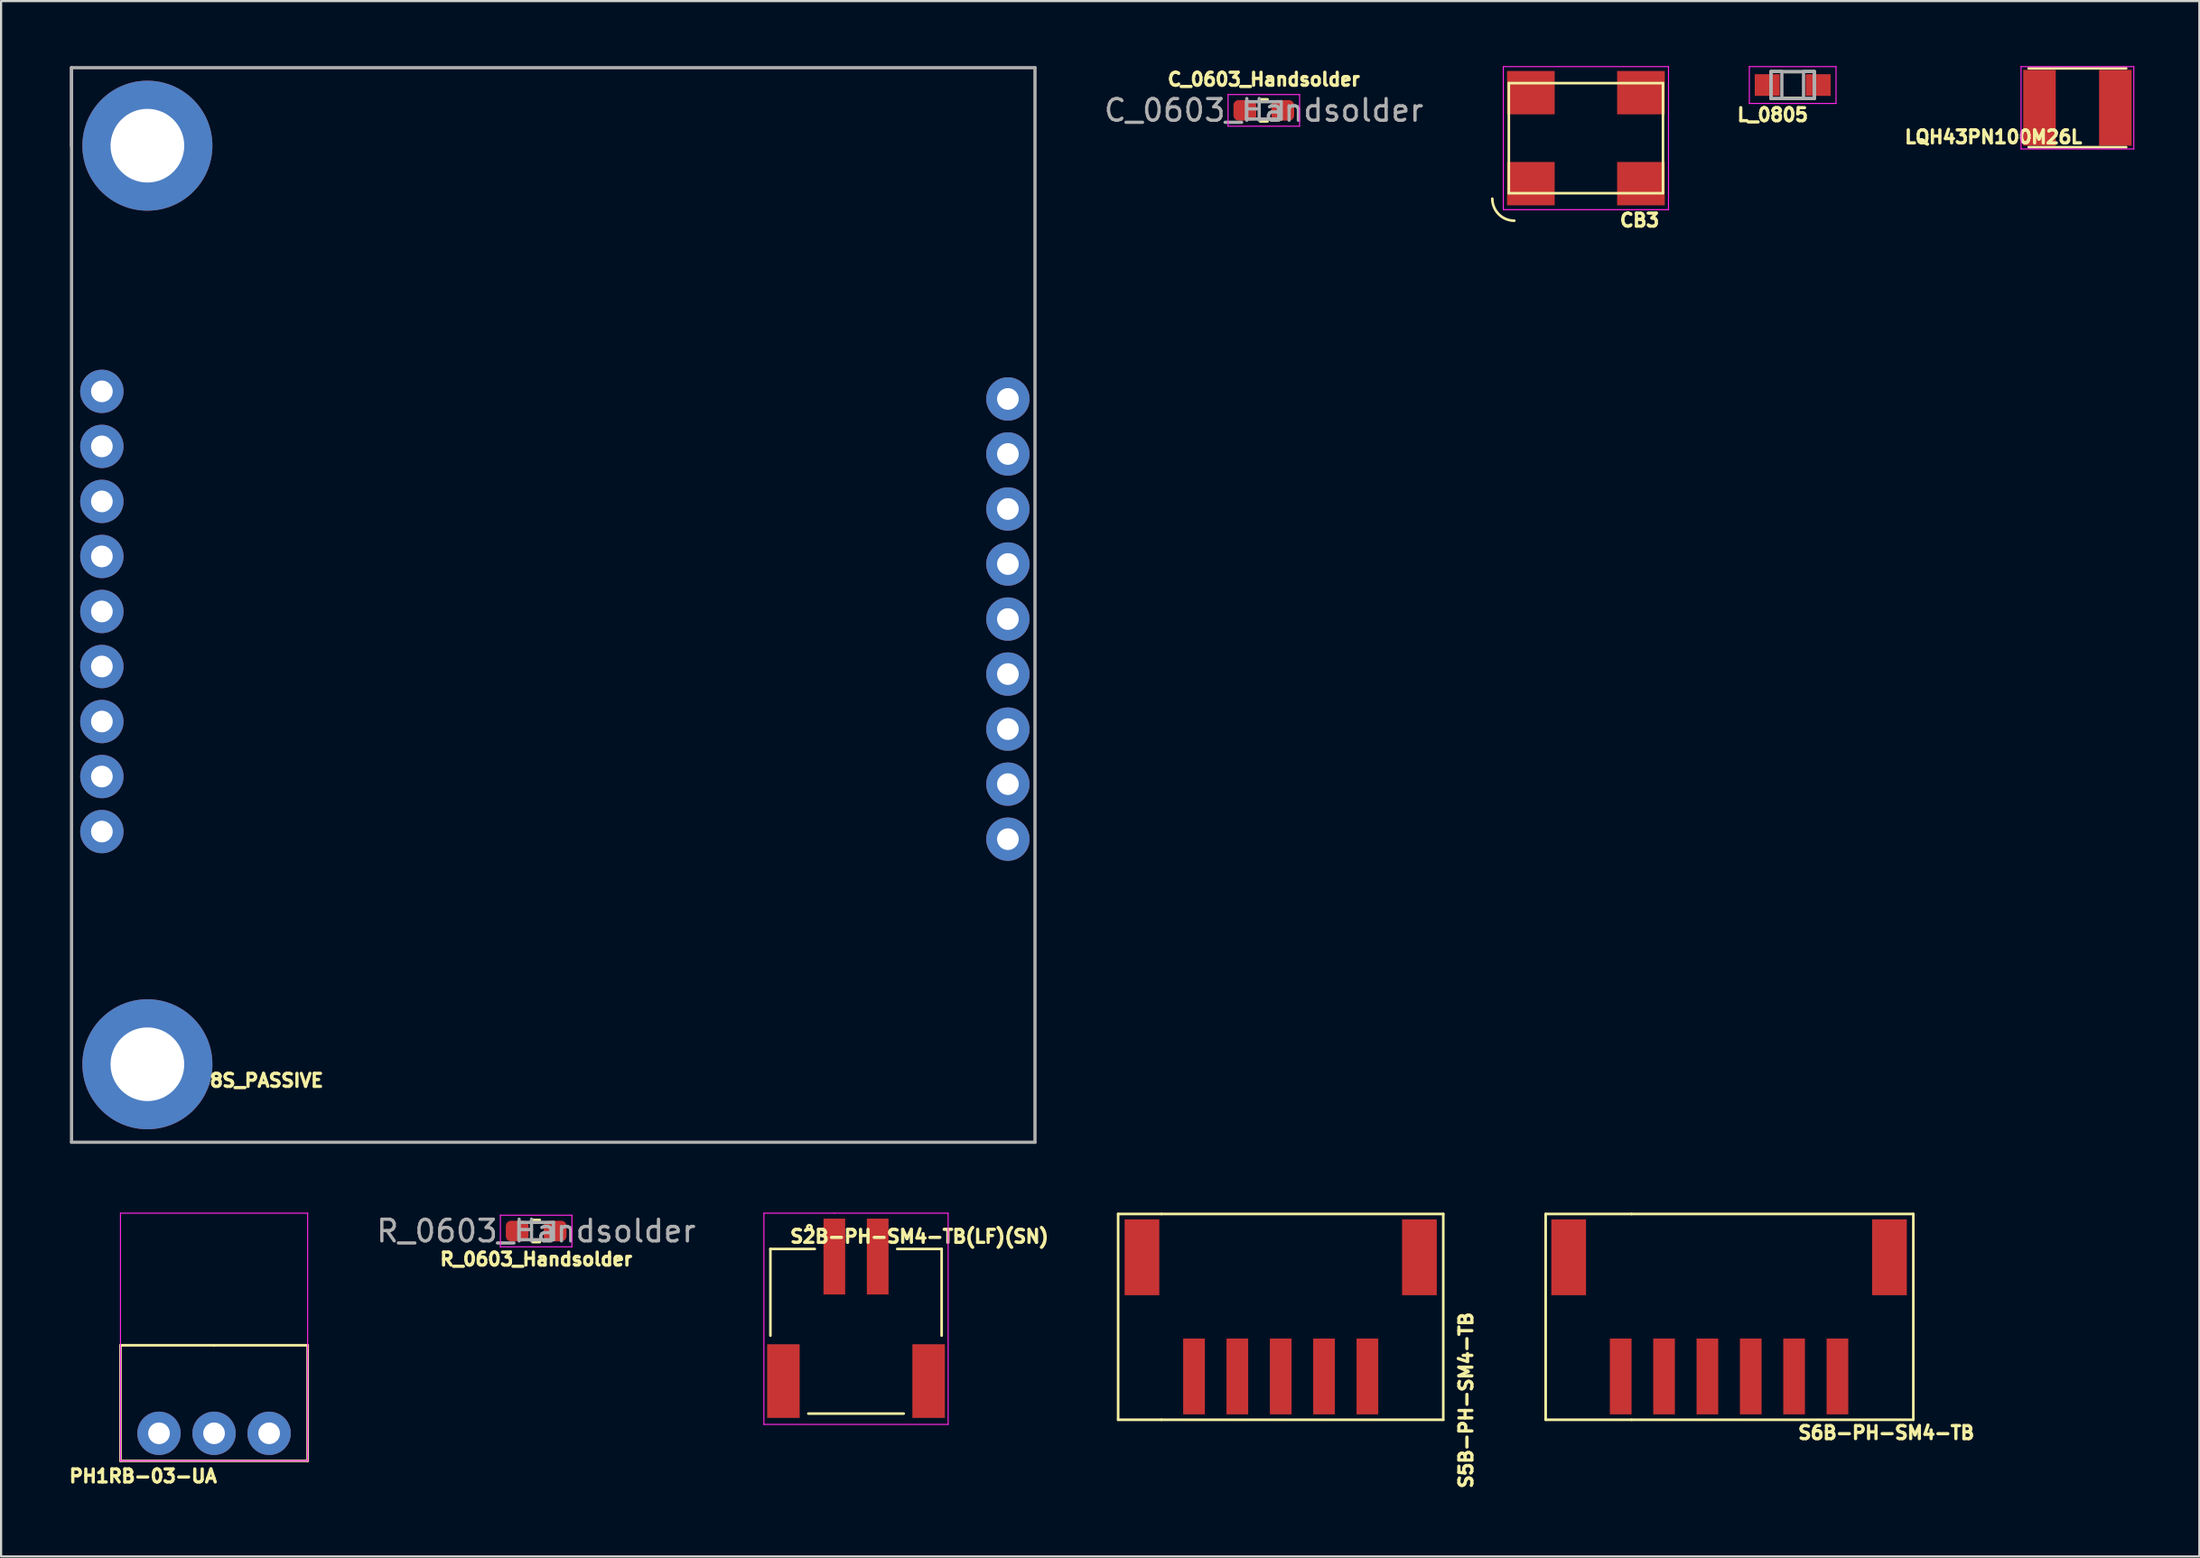
<source format=kicad_pcb>
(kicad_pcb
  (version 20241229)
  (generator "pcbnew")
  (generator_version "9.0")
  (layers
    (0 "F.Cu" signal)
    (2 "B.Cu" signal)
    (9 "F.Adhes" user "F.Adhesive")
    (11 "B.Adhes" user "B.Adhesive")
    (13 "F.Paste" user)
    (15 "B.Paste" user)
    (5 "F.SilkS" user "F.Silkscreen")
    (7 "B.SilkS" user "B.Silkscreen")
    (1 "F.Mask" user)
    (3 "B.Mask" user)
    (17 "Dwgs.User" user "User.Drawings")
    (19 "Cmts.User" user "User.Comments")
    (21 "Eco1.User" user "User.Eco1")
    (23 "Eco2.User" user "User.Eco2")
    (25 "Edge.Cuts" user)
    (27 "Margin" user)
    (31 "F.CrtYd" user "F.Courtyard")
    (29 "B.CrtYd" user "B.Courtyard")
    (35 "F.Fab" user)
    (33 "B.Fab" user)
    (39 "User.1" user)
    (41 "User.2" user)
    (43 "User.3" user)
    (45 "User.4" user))
  (footprint "LQH43PN100M26L"
    (layer "F.Cu")
    (at 92.793 1.925)
    (property "Reference" "LQH43PN100M26L" (at -3.875 1.35 0) (layer "F.SilkS") (effects (font (size 0.6 0.6) (thickness 0.15))))
    (attr through_hole)
    (fp_line (start -2.25 -1.82) (end 2.25 -1.82) (stroke (width 0.12) (type solid)) (layer "F.SilkS"))
    (fp_line (start -2.25 1.82) (end 2.25 1.82) (stroke (width 0.12) (type solid)) (layer "F.SilkS"))
    (fp_line (start -2.6 -1.9) (end -2.6 1.9) (stroke (width 0.05) (type solid)) (layer "F.CrtYd"))
    (fp_line (start -2.6 1.9) (end 2.6 1.9) (stroke (width 0.05) (type solid)) (layer "F.CrtYd"))
    (fp_line (start 2.6 -1.9) (end -2.6 -1.9) (stroke (width 0.05) (type solid)) (layer "F.CrtYd"))
    (fp_line (start 2.6 1.9) (end 2.6 -1.9) (stroke (width 0.05) (type solid)) (layer "F.CrtYd"))
    (pad "1" smd rect (at -1.75 0) (size 1.5 3.5) (layers "F.Cu" "F.Mask" "F.Paste"))
    (pad "2" smd rect (at 1.75 0) (size 1.5 3.5) (layers "F.Cu" "F.Mask" "F.Paste")))
  (footprint "8S_PASSIVE"
    (layer "F.Cu")
    (at 0.25 49.675)
    (property "Reference" "8S_PASSIVE" (at 9 -2.85 0) (layer "F.SilkS") (effects (font (size 0.6 0.6) (thickness 0.15))))
    (attr through_hole)
    (fp_line (start 0 -49.6) (end 0 -46) (stroke (width 0.15) (type solid)) (layer "F.Fab"))
    (fp_line (start 0 -49.6) (end 0 0) (stroke (width 0.15) (type solid)) (layer "F.Fab"))
    (fp_line (start 0 0) (end 44.45 0) (stroke (width 0.15) (type solid)) (layer "F.Fab"))
    (fp_line (start 44.45 -49.6) (end 0 -49.6) (stroke (width 0.15) (type solid)) (layer "F.Fab"))
    (fp_line (start 44.45 0) (end 44.45 -49.6) (stroke (width 0.15) (type solid)) (layer "F.Fab"))
    (pad "" thru_hole circle (at 3.5 -46) (size 6 6) (drill 3.4) (layers "*.Cu" "*.Mask"))
    (pad "" thru_hole circle (at 3.5 -3.6) (size 6 6) (drill 3.4) (layers "*.Cu" "*.Mask"))
    (pad "1" thru_hole circle (at 1.4 -34.66) (size 2 2) (drill 1) (layers "*.Cu" "*.Mask"))
    (pad "2" thru_hole circle (at 1.4 -32.12) (size 2 2) (drill 1) (layers "*.Cu" "*.Mask"))
    (pad "3" thru_hole circle (at 1.4 -29.58) (size 2 2) (drill 1) (layers "*.Cu" "*.Mask"))
    (pad "4" thru_hole circle (at 1.4 -27.04) (size 2 2) (drill 1) (layers "*.Cu" "*.Mask"))
    (pad "5" thru_hole circle (at 1.4 -24.5) (size 2 2) (drill 1) (layers "*.Cu" "*.Mask"))
    (pad "6" thru_hole circle (at 1.4 -21.96) (size 2 2) (drill 1) (layers "*.Cu" "*.Mask"))
    (pad "7" thru_hole circle (at 1.4 -19.42) (size 2 2) (drill 1) (layers "*.Cu" "*.Mask"))
    (pad "8" thru_hole circle (at 1.4 -16.88) (size 2 2) (drill 1) (layers "*.Cu" "*.Mask"))
    (pad "9" thru_hole circle (at 1.4 -14.34) (size 2 2) (drill 1) (layers "*.Cu" "*.Mask"))
    (pad "10" thru_hole circle (at 43.2 -34.31) (size 2 2) (drill 1) (layers "*.Cu" "*.Mask"))
    (pad "11" thru_hole circle (at 43.2 -31.77) (size 2 2) (drill 1) (layers "*.Cu" "*.Mask"))
    (pad "12" thru_hole circle (at 43.2 -29.23) (size 2 2) (drill 1) (layers "*.Cu" "*.Mask"))
    (pad "13" thru_hole circle (at 43.2 -26.69) (size 2 2) (drill 1) (layers "*.Cu" "*.Mask"))
    (pad "14" thru_hole circle (at 43.2 -24.15) (size 2 2) (drill 1) (layers "*.Cu" "*.Mask"))
    (pad "15" thru_hole circle (at 43.2 -21.61) (size 2 2) (drill 1) (layers "*.Cu" "*.Mask"))
    (pad "16" thru_hole circle (at 43.2 -19.07) (size 2 2) (drill 1) (layers "*.Cu" "*.Mask"))
    (pad "17" thru_hole circle (at 43.2 -16.53) (size 2 2) (drill 1) (layers "*.Cu" "*.Mask"))
    (pad "18" thru_hole circle (at 43.2 -13.99) (size 2 2) (drill 1) (layers "*.Cu" "*.Mask")))
  (footprint "CB3"
    (layer "F.Cu")
    (at 70.117 3.327)
    (property "Reference" "CB3" (at 2.475 3.79 180) (layer "F.SilkS") (effects (font (size 0.6 0.6) (thickness 0.15))))
    (attr through_hole)
    (fp_line (start -3.556 -2.54) (end -3.556 2.54) (stroke (width 0.12) (type solid)) (layer "F.SilkS"))
    (fp_line (start -3.556 2.54) (end 3.556 2.54) (stroke (width 0.12) (type solid)) (layer "F.SilkS"))
    (fp_line (start 3.556 -2.54) (end -3.556 -2.54) (stroke (width 0.12) (type solid)) (layer "F.SilkS"))
    (fp_line (start 3.556 2.54) (end 3.556 -2.54) (stroke (width 0.12) (type solid)) (layer "F.SilkS"))
    (fp_arc (start -3.302 3.81) (mid -4.02042 3.51242) (end -4.318 2.794) (stroke (width 0.12) (type solid)) (layer "F.SilkS"))
    (fp_line (start -3.81 -3.302) (end -3.81 3.302) (stroke (width 0.05) (type solid)) (layer "F.CrtYd"))
    (fp_line (start -3.81 3.302) (end 3.81 3.302) (stroke (width 0.05) (type solid)) (layer "F.CrtYd"))
    (fp_line (start 3.81 -3.302) (end -3.81 -3.302) (stroke (width 0.05) (type solid)) (layer "F.CrtYd"))
    (fp_line (start 3.81 3.302) (end 3.81 -3.302) (stroke (width 0.05) (type solid)) (layer "F.CrtYd"))
    (pad "1" smd rect (at -2.54 2.1 270) (size 2 2.2) (layers "F.Cu" "F.Mask" "F.Paste"))
    (pad "2" smd rect (at 2.54 2.1 270) (size 2 2.2) (layers "F.Cu" "F.Mask" "F.Paste"))
    (pad "3" smd rect (at 2.54 -2.1 270) (size 2 2.2) (layers "F.Cu" "F.Mask" "F.Paste"))
    (pad "4" smd rect (at -2.54 -2.1 270) (size 2 2.2) (layers "F.Cu" "F.Mask" "F.Paste")))
  (footprint "S6B-PH-SM4-TB"
    (layer "F.Cu")
    (at 81.722 60.485)
    (property "Reference" "S6B-PH-SM4-TB" (at 2.25 2.6 180) (layer "F.SilkS") (effects (font (size 0.6 0.6) (thickness 0.15))))
    (attr through_hole)
    (fp_line (start -13.462 -7.5) (end -13.462 2) (stroke (width 0.12) (type solid)) (layer "F.SilkS"))
    (fp_line (start -13.462 -7.5) (end 3.5 -7.5) (stroke (width 0.12) (type solid)) (layer "F.SilkS"))
    (fp_line (start -13.462 2) (end -9.5 2) (stroke (width 0.12) (type solid)) (layer "F.SilkS"))
    (fp_line (start -9.5 -7.5) (end -9.5 -7.5) (stroke (width 0.12) (type solid)) (layer "F.SilkS"))
    (fp_line (start 3.5 -7.5) (end 3.5 2) (stroke (width 0.12) (type solid)) (layer "F.SilkS"))
    (fp_line (start 3.5 2) (end -9.5 2) (stroke (width 0.12) (type solid)) (layer "F.SilkS"))
    (pad "" smd rect (at -12.4 -5.5) (size 1.6 3.5) (layers "F.Cu" "F.Mask" "F.Paste"))
    (pad "" smd rect (at 2.4 -5.5) (size 1.6 3.5) (layers "F.Cu" "F.Mask" "F.Paste"))
    (pad "1" smd rect (at 0 0) (size 1 3.5) (layers "F.Cu" "F.Mask" "F.Paste"))
    (pad "2" smd rect (at -2 0) (size 1 3.5) (layers "F.Cu" "F.Mask" "F.Paste"))
    (pad "3" smd rect (at -4 0) (size 1 3.5) (layers "F.Cu" "F.Mask" "F.Paste"))
    (pad "4" smd rect (at -6 0) (size 1 3.5) (layers "F.Cu" "F.Mask" "F.Paste"))
    (pad "5" smd rect (at -8 0) (size 1 3.5) (layers "F.Cu" "F.Mask" "F.Paste"))
    (pad "6" smd rect (at -10 0) (size 1 3.5) (layers "F.Cu" "F.Mask" "F.Paste")))
  (footprint "S5B-PH-SM4-TB"
    (layer "F.Cu")
    (at 60.036 60.485)
    (property "Reference" "S5B-PH-SM4-TB" (at 4.55 1.1 90) (layer "F.SilkS") (effects (font (size 0.6 0.6) (thickness 0.15))))
    (attr through_hole)
    (fp_line (start -11.5 -7.5) (end -11.5 2) (stroke (width 0.12) (type solid)) (layer "F.SilkS"))
    (fp_line (start -11.5 -7.5) (end 3.5 -7.5) (stroke (width 0.12) (type solid)) (layer "F.SilkS"))
    (fp_line (start -11.5 2) (end -9.5 2) (stroke (width 0.12) (type solid)) (layer "F.SilkS"))
    (fp_line (start -9.5 -7.5) (end -9.5 -7.5) (stroke (width 0.12) (type solid)) (layer "F.SilkS"))
    (fp_line (start 3.5 -7.5) (end 3.5 2) (stroke (width 0.12) (type solid)) (layer "F.SilkS"))
    (fp_line (start 3.5 2) (end -9.5 2) (stroke (width 0.12) (type solid)) (layer "F.SilkS"))
    (pad "" smd rect (at -10.4 -5.5) (size 1.6 3.5) (layers "F.Cu" "F.Mask" "F.Paste"))
    (pad "" smd rect (at 2.4 -5.5) (size 1.6 3.5) (layers "F.Cu" "F.Mask" "F.Paste"))
    (pad "1" smd rect (at 0 0) (size 1 3.5) (layers "F.Cu" "F.Mask" "F.Paste"))
    (pad "2" smd rect (at -2 0) (size 1 3.5) (layers "F.Cu" "F.Mask" "F.Paste"))
    (pad "3" smd rect (at -4 0) (size 1 3.5) (layers "F.Cu" "F.Mask" "F.Paste"))
    (pad "4" smd rect (at -6 0) (size 1 3.5) (layers "F.Cu" "F.Mask" "F.Paste"))
    (pad "5" smd rect (at -8 0) (size 1 3.5) (layers "F.Cu" "F.Mask" "F.Paste")))
  (footprint "C_0603_Handsolder"
    (layer "F.Cu")
    (at 55.257 2.044)
    (property "Reference" "C_0603_Handsolder" (at 0 -1.43 0) (layer "F.SilkS") (effects (font (size 0.6 0.6) (thickness 0.15))))
    (attr smd)
    (fp_line (start -0.171 -0.51) (end 0.171 -0.51) (stroke (width 0.12) (type solid)) (layer "F.SilkS"))
    (fp_line (start -0.171 0.51) (end 0.171 0.51) (stroke (width 0.12) (type solid)) (layer "F.SilkS"))
    (fp_line (start -1.65 -0.73) (end 1.65 -0.73) (stroke (width 0.05) (type solid)) (layer "F.CrtYd"))
    (fp_line (start -1.65 0.73) (end -1.65 -0.73) (stroke (width 0.05) (type solid)) (layer "F.CrtYd"))
    (fp_line (start 1.65 -0.73) (end 1.65 0.73) (stroke (width 0.05) (type solid)) (layer "F.CrtYd"))
    (fp_line (start 1.65 0.73) (end -1.65 0.73) (stroke (width 0.05) (type solid)) (layer "F.CrtYd"))
    (fp_line (start -0.8 -0.4) (end 0.8 -0.4) (stroke (width 0.15) (type solid)) (layer "F.Fab"))
    (fp_line (start -0.8 0.4) (end -0.8 -0.4) (stroke (width 0.15) (type solid)) (layer "F.Fab"))
    (fp_line (start 0.8 -0.4) (end 0.8 0.4) (stroke (width 0.15) (type solid)) (layer "F.Fab"))
    (fp_line (start 0.8 0.4) (end -0.8 0.4) (stroke (width 0.15) (type solid)) (layer "F.Fab"))
    (fp_text user "${REFERENCE}" (at 0 0 0) (layer "F.Fab") (effects (font (size 1 1) (thickness 0.15))))
    (pad "1" smd roundrect (at -0.875 0) (size 1.05 0.95) (layers "F.Cu" "F.Mask" "F.Paste") (roundrect_rratio 0.25))
    (pad "2" smd roundrect (at 0.875 0) (size 1.05 0.95) (layers "F.Cu" "F.Mask" "F.Paste") (roundrect_rratio 0.25)))
  (footprint "PH1RB-03-UA"
    (layer "F.Cu")
    (at 6.826 63.11)
    (property "Reference" "PH1RB-03-UA" (at -3.275 1.975 180) (layer "F.SilkS") (effects (font (size 0.6 0.6) (thickness 0.15))))
    (attr through_hole)
    (fp_line (start -4.318 -4.064) (end -4.318 1.27) (stroke (width 0.12) (type solid)) (layer "F.SilkS"))
    (fp_line (start -4.318 1.27) (end 4.318 1.27) (stroke (width 0.12) (type solid)) (layer "F.SilkS"))
    (fp_line (start 0 -4.064) (end -4.318 -4.064) (stroke (width 0.12) (type solid)) (layer "F.SilkS"))
    (fp_line (start 4.318 -4.064) (end 0 -4.064) (stroke (width 0.12) (type solid)) (layer "F.SilkS"))
    (fp_line (start 4.318 1.27) (end 4.318 -4.064) (stroke (width 0.12) (type solid)) (layer "F.SilkS"))
    (fp_line (start -4.318 -10.16) (end -4.318 1.27) (stroke (width 0.05) (type solid)) (layer "F.CrtYd"))
    (fp_line (start -4.318 1.27) (end 4.318 1.27) (stroke (width 0.05) (type solid)) (layer "F.CrtYd"))
    (fp_line (start 4.318 -10.16) (end -4.318 -10.16) (stroke (width 0.05) (type solid)) (layer "F.CrtYd"))
    (fp_line (start 4.318 1.27) (end 4.318 -10.16) (stroke (width 0.05) (type solid)) (layer "F.CrtYd"))
    (pad "1" thru_hole circle (at -2.54 0) (size 2 2) (drill 1) (layers "*.Cu" "*.Mask"))
    (pad "2" thru_hole circle (at 0 0) (size 2 2) (drill 1) (layers "*.Cu" "*.Mask"))
    (pad "3" thru_hole circle (at 2.54 0) (size 2 2) (drill 1) (layers "*.Cu" "*.Mask")))
  (footprint "S2B-PH-SM4-TB(LF)(SN)"
    (layer "F.Cu")
    (at 36.443 54.95)
    (property "Reference" "S2B-PH-SM4-TB(LF)(SN)" (at 2.925 -0.925 180) (layer "F.SilkS") (effects (font (size 0.6 0.6) (thickness 0.15))))
    (attr smd)
    (fp_line (start -3.95 -0.35) (end -3.95 3.65) (stroke (width 0.12) (type solid)) (layer "F.SilkS"))
    (fp_line (start -2.2 7.25) (end 2.2 7.25) (stroke (width 0.12) (type solid)) (layer "F.SilkS"))
    (fp_line (start -1.9 -0.35) (end -3.95 -0.35) (stroke (width 0.12) (type solid)) (layer "F.SilkS"))
    (fp_line (start 3.95 -0.35) (end 1.9 -0.35) (stroke (width 0.12) (type solid)) (layer "F.SilkS"))
    (fp_line (start 3.95 3.65) (end 3.95 -0.35) (stroke (width 0.12) (type solid)) (layer "F.SilkS"))
    (fp_circle (center -2.15 -1.35) (end -2.05 -1.35) (stroke (width 0.12) (type solid)) (fill no) (layer "F.SilkS"))
    (fp_line (start -4.25 -2) (end -4.25 7.75) (stroke (width 0.05) (type solid)) (layer "F.CrtYd"))
    (fp_line (start -4.25 7.75) (end 4.25 7.75) (stroke (width 0.05) (type solid)) (layer "F.CrtYd"))
    (fp_line (start -1 -2) (end -4.25 -2) (stroke (width 0.05) (type solid)) (layer "F.CrtYd"))
    (fp_line (start 4.25 -2) (end -1 -2) (stroke (width 0.05) (type solid)) (layer "F.CrtYd"))
    (fp_line (start 4.25 7.75) (end 4.25 -2) (stroke (width 0.05) (type solid)) (layer "F.CrtYd"))
    (pad "1" smd rect (at -1 0 180) (size 1 3.5) (layers "F.Cu" "F.Mask" "F.Paste"))
    (pad "2" smd rect (at 1 0 180) (size 1 3.5) (layers "F.Cu" "F.Mask" "F.Paste"))
    (pad "~" smd rect (at -3.35 5.75 180) (size 1.5 3.4) (layers "F.Cu" "F.Mask" "F.Paste"))
    (pad "~" smd rect (at 3.35 5.75 180) (size 1.5 3.4) (layers "F.Cu" "F.Mask" "F.Paste")))
  (footprint "L_0805"
    (layer "F.Cu")
    (at 79.657 0.875)
    (property "Reference" "L_0805" (at -0.925 1.375 180) (layer "F.SilkS") (effects (font (size 0.6 0.6) (thickness 0.15))))
    (attr through_hole)
    (fp_line (start -0.4 -0.6) (end 0.4 -0.6) (stroke (width 0.12) (type solid)) (layer "F.SilkS"))
    (fp_line (start -0.4 0.6) (end 0.4 0.6) (stroke (width 0.12) (type solid)) (layer "F.SilkS"))
    (fp_line (start -2 -0.85) (end 2 -0.85) (stroke (width 0.05) (type solid)) (layer "F.CrtYd"))
    (fp_line (start -2 0.85) (end -2 -0.85) (stroke (width 0.05) (type solid)) (layer "F.CrtYd"))
    (fp_line (start 2 -0.85) (end 2 0.85) (stroke (width 0.05) (type solid)) (layer "F.CrtYd"))
    (fp_line (start 2 0.85) (end -2 0.85) (stroke (width 0.05) (type solid)) (layer "F.CrtYd"))
    (fp_line (start -1 -0.625) (end 1 -0.625) (stroke (width 0.15) (type solid)) (layer "F.Fab"))
    (fp_line (start -1 0.625) (end -1 -0.625) (stroke (width 0.15) (type solid)) (layer "F.Fab"))
    (fp_line (start 1 -0.625) (end 1 0.625) (stroke (width 0.15) (type solid)) (layer "F.Fab"))
    (fp_line (start 1 0.625) (end -1 0.625) (stroke (width 0.15) (type solid)) (layer "F.Fab"))
    (fp_poly (pts (xy -1 -0.625) (xy -0.5 -0.625) (xy -0.5 0.625) (xy -1 0.625)) (stroke (width 0.15) (type solid)) (fill no) (layer "F.Fab"))
    (fp_poly (pts (xy 0.5 -0.625) (xy 1 -0.625) (xy 1 0.625) (xy 0.5 0.625)) (stroke (width 0.15) (type solid)) (fill no) (layer "F.Fab"))
    (pad "1" smd rect (at -1.175 0) (size 1.15 1) (layers "F.Cu" "F.Mask" "F.Paste"))
    (pad "2" smd rect (at 1.175 0) (size 1.15 1) (layers "F.Cu" "F.Mask" "F.Paste")))
  (footprint "R_0603_Handsolder"
    (layer "F.Cu")
    (at 21.686 53.773)
    (property "Reference" "R_0603_Handsolder" (at 0 1.3 0) (layer "F.SilkS") (effects (font (size 0.6 0.6) (thickness 0.15))))
    (attr smd)
    (fp_line (start -0.171 -0.51) (end 0.171 -0.51) (stroke (width 0.12) (type solid)) (layer "F.SilkS"))
    (fp_line (start -0.171 0.51) (end 0.171 0.51) (stroke (width 0.12) (type solid)) (layer "F.SilkS"))
    (fp_line (start -1.65 -0.73) (end 1.65 -0.73) (stroke (width 0.05) (type solid)) (layer "F.CrtYd"))
    (fp_line (start -1.65 0.73) (end -1.65 -0.73) (stroke (width 0.05) (type solid)) (layer "F.CrtYd"))
    (fp_line (start 1.65 -0.73) (end 1.65 0.73) (stroke (width 0.05) (type solid)) (layer "F.CrtYd"))
    (fp_line (start 1.65 0.73) (end -1.65 0.73) (stroke (width 0.05) (type solid)) (layer "F.CrtYd"))
    (fp_line (start -0.8 -0.4) (end 0.8 -0.4) (stroke (width 0.15) (type solid)) (layer "F.Fab"))
    (fp_line (start -0.8 0.4) (end -0.8 -0.4) (stroke (width 0.15) (type solid)) (layer "F.Fab"))
    (fp_line (start 0.8 -0.4) (end 0.8 0.4) (stroke (width 0.15) (type solid)) (layer "F.Fab"))
    (fp_line (start 0.8 0.4) (end -0.8 0.4) (stroke (width 0.15) (type solid)) (layer "F.Fab"))
    (fp_text user "${REFERENCE}" (at 0 0 0) (layer "F.Fab") (effects (font (size 1 1) (thickness 0.15))))
    (pad "1" smd roundrect (at -0.875 0) (size 1.05 0.95) (layers "F.Cu" "F.Mask" "F.Paste") (roundrect_rratio 0.25))
    (pad "2" smd roundrect (at 0.875 0) (size 1.05 0.95) (layers "F.Cu" "F.Mask" "F.Paste") (roundrect_rratio 0.25)))
  (gr_rect
    (start -3 -3)
    (end 98.418 68.793)
    (stroke (width 0.1) (type default))
    (fill no)
    (layer "Edge.Cuts")))
</source>
